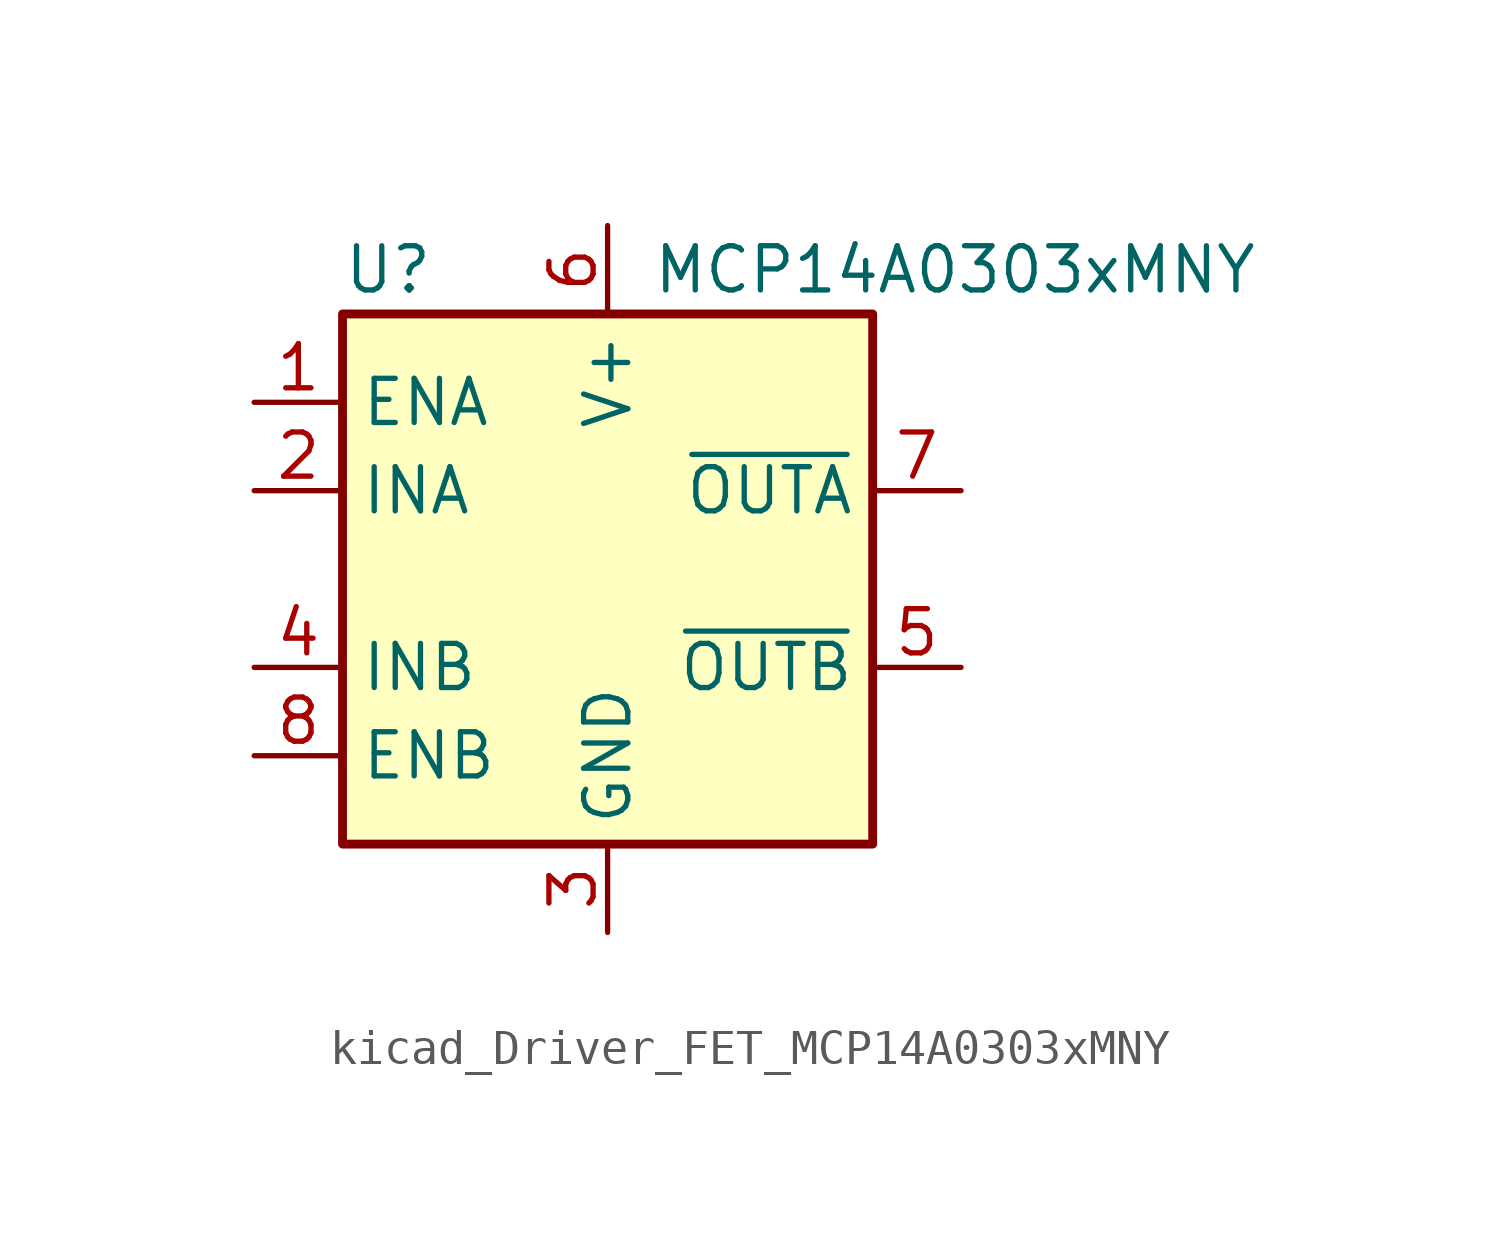
<source format=kicad_sym>
(kicad_symbol_lib
  (version 20220914)
  (generator kicad_symbol_editor)
  (symbol "kicad_Driver_FET_MCP14A0303xMNY"
    (property "Reference" "U"
      (at -7.62 8.89 0)
      (effects (font (size 1.27 1.27)) (justify left)))
    (property "Value" "MCP14A0303xMNY"
      (at 1.27 8.89 0)
      (effects (font (size 1.27 1.27)) (justify left)))
    (symbol "kicad_Driver_FET_MCP14A0303xMNY_0_1"
      (rectangle (start -7.62 -7.62) (end 7.62 7.62) (stroke (width 0.254) (type default)) (fill (type background))))
    (symbol "kicad_Driver_FET_MCP14A0303xMNY_1_1"
      (pin input line (at -10.16 5.08 0) (length 2.54) (name "ENA" (effects (font (size 1.27 1.27)))) (number "1" (effects (font (size 1.27 1.27)))))
      (pin input line (at -10.16 2.54 0) (length 2.54) (name "INA" (effects (font (size 1.27 1.27)))) (number "2" (effects (font (size 1.27 1.27)))))
      (pin power_in line (at 0 -10.16 90) (length 2.54) (name "GND" (effects (font (size 1.27 1.27)))) (number "3" (effects (font (size 1.27 1.27)))))
      (pin input line (at -10.16 -2.54 0) (length 2.54) (name "INB" (effects (font (size 1.27 1.27)))) (number "4" (effects (font (size 1.27 1.27)))))
      (pin output line (at 10.16 -2.54 180) (length 2.54) (name "~{OUTB}" (effects (font (size 1.27 1.27)))) (number "5" (effects (font (size 1.27 1.27)))))
      (pin power_in line (at 0 10.16 270) (length 2.54) (name "V+" (effects (font (size 1.27 1.27)))) (number "6" (effects (font (size 1.27 1.27)))))
      (pin output line (at 10.16 2.54 180) (length 2.54) (name "~{OUTA}" (effects (font (size 1.27 1.27)))) (number "7" (effects (font (size 1.27 1.27)))))
      (pin input line (at -10.16 -5.08 0) (length 2.54) (name "ENB" (effects (font (size 1.27 1.27)))) (number "8" (effects (font (size 1.27 1.27)))))
      (pin passive line (at 0 -10.16 90) (length 2.54) hide (name "GND" (effects (font (size 1.27 1.27)))) (number "9" (effects (font (size 1.27 1.27))))))))
</source>
